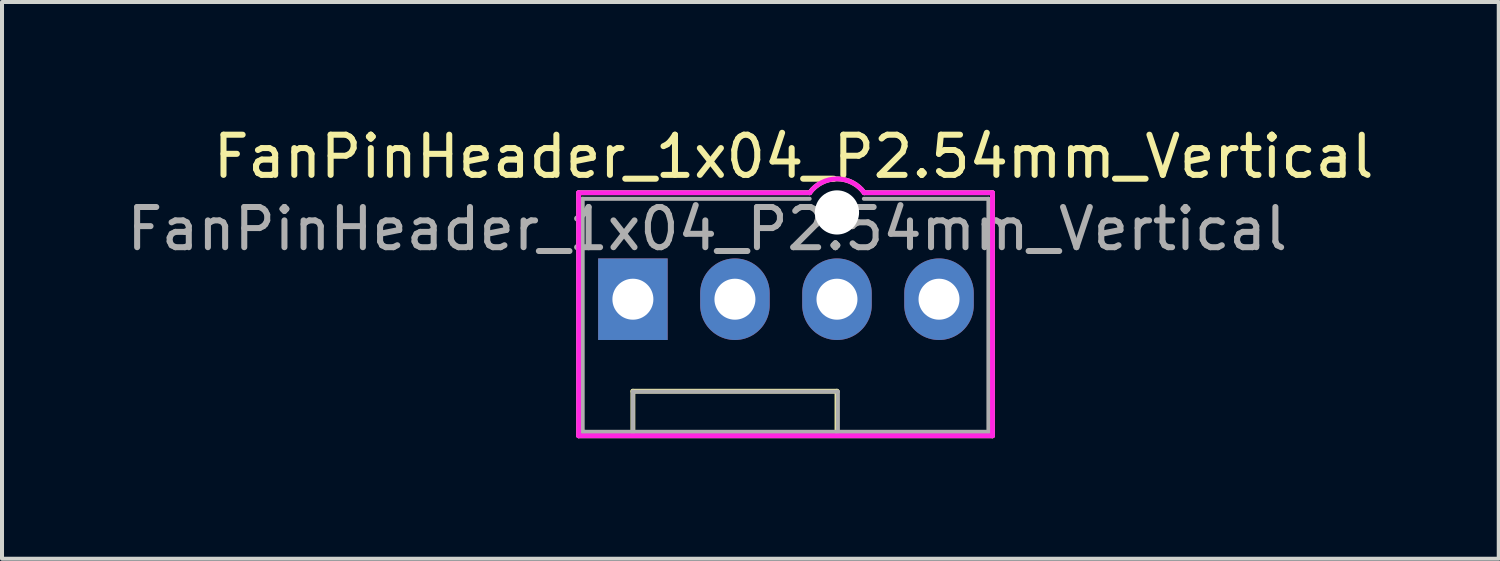
<source format=kicad_pcb>
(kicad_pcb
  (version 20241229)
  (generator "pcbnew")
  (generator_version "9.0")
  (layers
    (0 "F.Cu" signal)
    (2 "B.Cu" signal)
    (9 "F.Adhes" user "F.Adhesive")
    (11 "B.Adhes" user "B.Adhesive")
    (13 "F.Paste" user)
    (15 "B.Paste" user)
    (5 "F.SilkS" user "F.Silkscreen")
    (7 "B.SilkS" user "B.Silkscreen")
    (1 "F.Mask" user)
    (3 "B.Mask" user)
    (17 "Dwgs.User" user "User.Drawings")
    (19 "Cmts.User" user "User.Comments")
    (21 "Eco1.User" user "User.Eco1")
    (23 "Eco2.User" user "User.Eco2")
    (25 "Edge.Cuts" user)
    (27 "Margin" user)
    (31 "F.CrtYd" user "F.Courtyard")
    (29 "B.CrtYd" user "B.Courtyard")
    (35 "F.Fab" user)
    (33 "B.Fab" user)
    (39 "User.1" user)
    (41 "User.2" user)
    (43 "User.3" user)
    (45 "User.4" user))
  (footprint "FanPinHeader_1x04_P2.54mm_Vertical"
    (layer "F.Cu")
    (at 12.704 4.398)
    (property "Reference" "FanPinHeader_1x04_P2.54mm_Vertical" (at 4 -3.55 0) (layer "F.SilkS") (effects (font (size 1 1) (thickness 0.15))))
    (attr through_hole)
    (fp_line (start -1.35 -2.65) (end 4.402 -2.65) (stroke (width 0.12) (type solid)) (layer "F.SilkS"))
    (fp_line (start -1.35 3.4) (end -1.35 -2.65) (stroke (width 0.12) (type solid)) (layer "F.SilkS"))
    (fp_line (start 0 2.29) (end 5.08 2.29) (stroke (width 0.12) (type solid)) (layer "F.SilkS"))
    (fp_line (start 0 3.3) (end 0 2.29) (stroke (width 0.12) (type solid)) (layer "F.SilkS"))
    (fp_line (start 5.08 2.29) (end 5.08 3.3) (stroke (width 0.12) (type solid)) (layer "F.SilkS"))
    (fp_line (start 5.758 -2.65) (end 8.95 -2.65) (stroke (width 0.12) (type solid)) (layer "F.SilkS"))
    (fp_line (start 8.95 -2.65) (end 8.95 3.4) (stroke (width 0.12) (type solid)) (layer "F.SilkS"))
    (fp_line (start 8.95 3.4) (end -1.35 3.4) (stroke (width 0.12) (type solid)) (layer "F.SilkS"))
    (fp_arc (start 4.401735 -2.65) (mid 5.08 -2.995758) (end 5.758265 -2.65) (stroke (width 0.12) (type default)) (layer "F.SilkS"))
    (fp_line (start -1.35 -2.65) (end 4.402 -2.65) (stroke (width 0.12) (type solid)) (layer "F.CrtYd"))
    (fp_line (start -1.35 3.4) (end -1.35 -2.65) (stroke (width 0.12) (type solid)) (layer "F.CrtYd"))
    (fp_line (start -1.35 3.4) (end 8.95 3.4) (stroke (width 0.12) (type solid)) (layer "F.CrtYd"))
    (fp_line (start 5.758 -2.65) (end 8.95 -2.65) (stroke (width 0.12) (type solid)) (layer "F.CrtYd"))
    (fp_line (start 8.95 -2.65) (end 8.95 3.4) (stroke (width 0.12) (type solid)) (layer "F.CrtYd"))
    (fp_arc (start 4.401735 -2.65) (mid 5.08 -2.995758) (end 5.758265 -2.65) (stroke (width 0.12) (type default)) (layer "F.CrtYd"))
    (fp_line (start -1.25 -2.5) (end 4.4 -2.5) (stroke (width 0.1) (type solid)) (layer "F.Fab"))
    (fp_line (start -1.25 3.3) (end -1.25 -2.5) (stroke (width 0.1) (type solid)) (layer "F.Fab"))
    (fp_line (start -1.2 3.3) (end -1.25 3.3) (stroke (width 0.1) (type solid)) (layer "F.Fab"))
    (fp_line (start 0 2.3) (end 0 3.3) (stroke (width 0.1) (type solid)) (layer "F.Fab"))
    (fp_line (start 5.1 2.3) (end 0 2.3) (stroke (width 0.1) (type solid)) (layer "F.Fab"))
    (fp_line (start 5.1 3.3) (end 5.1 2.3) (stroke (width 0.1) (type solid)) (layer "F.Fab"))
    (fp_line (start 5.75 -2.5) (end 8.85 -2.5) (stroke (width 0.1) (type solid)) (layer "F.Fab"))
    (fp_line (start 8.85 -2.5) (end 8.85 3.3) (stroke (width 0.1) (type solid)) (layer "F.Fab"))
    (fp_line (start 8.85 3.3) (end -1.2 3.3) (stroke (width 0.1) (type solid)) (layer "F.Fab"))
    (fp_text user "${REFERENCE}" (at 1.85 -1.75 0) (layer "F.Fab") (effects (font (size 1 1) (thickness 0.15))))
    (pad "" np_thru_hole circle (at 5.08 -2.16 90) (size 1.1 1.1) (drill 1.1) (layers "*.Cu" "*.Mask"))
    (pad "1" thru_hole rect (at 0 0 90) (size 2.03 1.73) (drill 1.02) (layers "*.Cu" "*.Mask"))
    (pad "2" thru_hole oval (at 2.54 0 90) (size 2.03 1.73) (drill 1.02) (layers "*.Cu" "*.Mask"))
    (pad "3" thru_hole oval (at 5.08 0 90) (size 2.03 1.73) (drill 1.02) (layers "*.Cu" "*.Mask"))
    (pad "4" thru_hole oval (at 7.62 0 90) (size 2.03 1.73) (drill 1.02) (layers "*.Cu" "*.Mask")))
  (gr_rect
    (start -3 -3)
    (end 34.257 10.858)
    (stroke (width 0.1) (type default))
    (fill no)
    (layer "Edge.Cuts")))
</source>
